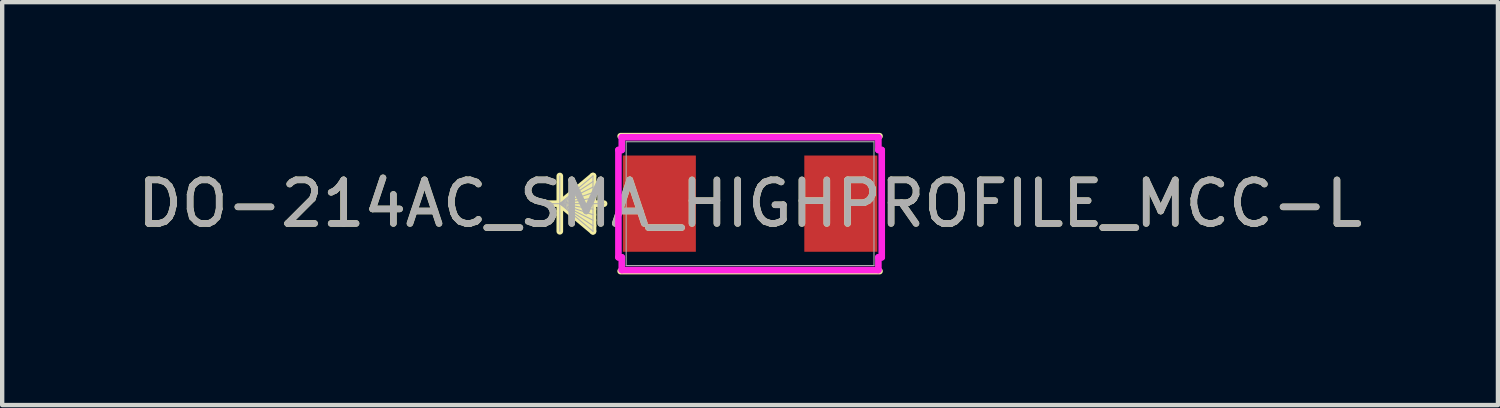
<source format=kicad_pcb>
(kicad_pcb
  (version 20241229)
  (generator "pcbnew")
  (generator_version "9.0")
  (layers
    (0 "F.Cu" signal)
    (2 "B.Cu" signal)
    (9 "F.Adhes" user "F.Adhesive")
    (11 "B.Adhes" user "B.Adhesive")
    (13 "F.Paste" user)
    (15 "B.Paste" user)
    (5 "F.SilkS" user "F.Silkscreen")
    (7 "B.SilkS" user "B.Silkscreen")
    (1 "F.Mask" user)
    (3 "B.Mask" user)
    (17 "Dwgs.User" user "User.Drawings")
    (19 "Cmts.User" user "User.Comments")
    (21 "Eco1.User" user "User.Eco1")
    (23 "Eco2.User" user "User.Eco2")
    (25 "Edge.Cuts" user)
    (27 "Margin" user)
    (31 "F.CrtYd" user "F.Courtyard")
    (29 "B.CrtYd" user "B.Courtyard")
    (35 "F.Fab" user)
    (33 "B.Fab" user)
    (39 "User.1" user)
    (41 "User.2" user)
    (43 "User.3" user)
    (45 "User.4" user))
  (footprint "DO-214AC_SMA_HIGHPROFILE_MCC-L"
    (layer "F.Cu")
    (at 14.173 1.626)
    (property "Reference" "DO-214AC_SMA_HIGHPROFILE_MCC-L" (at 0 0 0) (unlocked yes) (layer "F.SilkS") (effects (font (size 1 1) (thickness 0.15))))
    (attr smd)
    (fp_line (start -4.369 -0.635) (end -4.369 0.635) (stroke (width 0.152) (type solid)) (layer "F.SilkS"))
    (fp_line (start -4.369 0) (end -3.607 -0.635) (stroke (width 0.152) (type solid)) (layer "F.SilkS"))
    (fp_line (start -4.369 0) (end -3.607 -0.508) (stroke (width 0.152) (type solid)) (layer "F.SilkS"))
    (fp_line (start -4.369 0) (end -3.607 -0.381) (stroke (width 0.152) (type solid)) (layer "F.SilkS"))
    (fp_line (start -4.369 0) (end -3.607 -0.254) (stroke (width 0.152) (type solid)) (layer "F.SilkS"))
    (fp_line (start -4.369 0) (end -3.607 -0.127) (stroke (width 0.152) (type solid)) (layer "F.SilkS"))
    (fp_line (start -4.369 0) (end -3.607 0.127) (stroke (width 0.152) (type solid)) (layer "F.SilkS"))
    (fp_line (start -4.369 0) (end -3.607 0.254) (stroke (width 0.152) (type solid)) (layer "F.SilkS"))
    (fp_line (start -4.369 0) (end -3.607 0.381) (stroke (width 0.152) (type solid)) (layer "F.SilkS"))
    (fp_line (start -4.369 0) (end -3.607 0.508) (stroke (width 0.152) (type solid)) (layer "F.SilkS"))
    (fp_line (start -4.369 0) (end -3.607 0.635) (stroke (width 0.152) (type solid)) (layer "F.SilkS"))
    (fp_line (start -3.607 -0.635) (end -3.607 0.635) (stroke (width 0.152) (type solid)) (layer "F.SilkS"))
    (fp_line (start -3.353 0) (end -4.623 0) (stroke (width 0.152) (type solid)) (layer "F.SilkS"))
    (fp_line (start -2.972 1.549) (end 2.972 1.549) (stroke (width 0.152) (type solid)) (layer "F.SilkS"))
    (fp_line (start 2.972 -1.549) (end -2.972 -1.549) (stroke (width 0.152) (type solid)) (layer "F.SilkS"))
    (fp_line (start -3.023 -1.232) (end -2.946 -1.232) (stroke (width 0.152) (type solid)) (layer "F.CrtYd"))
    (fp_line (start -3.023 1.232) (end -3.023 -1.232) (stroke (width 0.152) (type solid)) (layer "F.CrtYd"))
    (fp_line (start -2.946 -1.524) (end 2.946 -1.524) (stroke (width 0.152) (type solid)) (layer "F.CrtYd"))
    (fp_line (start -2.946 -1.232) (end -2.946 -1.524) (stroke (width 0.152) (type solid)) (layer "F.CrtYd"))
    (fp_line (start -2.946 1.232) (end -3.023 1.232) (stroke (width 0.152) (type solid)) (layer "F.CrtYd"))
    (fp_line (start -2.946 1.524) (end -2.946 1.232) (stroke (width 0.152) (type solid)) (layer "F.CrtYd"))
    (fp_line (start 2.946 -1.524) (end 2.946 -1.232) (stroke (width 0.152) (type solid)) (layer "F.CrtYd"))
    (fp_line (start 2.946 -1.232) (end 3.023 -1.232) (stroke (width 0.152) (type solid)) (layer "F.CrtYd"))
    (fp_line (start 2.946 1.232) (end 2.946 1.524) (stroke (width 0.152) (type solid)) (layer "F.CrtYd"))
    (fp_line (start 2.946 1.524) (end -2.946 1.524) (stroke (width 0.152) (type solid)) (layer "F.CrtYd"))
    (fp_line (start 3.023 -1.232) (end 3.023 1.232) (stroke (width 0.152) (type solid)) (layer "F.CrtYd"))
    (fp_line (start 3.023 1.232) (end 2.946 1.232) (stroke (width 0.152) (type solid)) (layer "F.CrtYd"))
    (fp_line (start -4.369 -0.635) (end -4.369 0.635) (stroke (width 0.025) (type solid)) (layer "F.Fab"))
    (fp_line (start -4.369 0) (end -3.607 -0.635) (stroke (width 0.025) (type solid)) (layer "F.Fab"))
    (fp_line (start -4.369 0) (end -3.607 -0.508) (stroke (width 0.025) (type solid)) (layer "F.Fab"))
    (fp_line (start -4.369 0) (end -3.607 -0.381) (stroke (width 0.025) (type solid)) (layer "F.Fab"))
    (fp_line (start -4.369 0) (end -3.607 -0.254) (stroke (width 0.025) (type solid)) (layer "F.Fab"))
    (fp_line (start -4.369 0) (end -3.607 -0.127) (stroke (width 0.025) (type solid)) (layer "F.Fab"))
    (fp_line (start -4.369 0) (end -3.607 0.127) (stroke (width 0.025) (type solid)) (layer "F.Fab"))
    (fp_line (start -4.369 0) (end -3.607 0.254) (stroke (width 0.025) (type solid)) (layer "F.Fab"))
    (fp_line (start -4.369 0) (end -3.607 0.381) (stroke (width 0.025) (type solid)) (layer "F.Fab"))
    (fp_line (start -4.369 0) (end -3.607 0.508) (stroke (width 0.025) (type solid)) (layer "F.Fab"))
    (fp_line (start -4.369 0) (end -3.607 0.635) (stroke (width 0.025) (type solid)) (layer "F.Fab"))
    (fp_line (start -3.607 -0.635) (end -3.607 0.635) (stroke (width 0.025) (type solid)) (layer "F.Fab"))
    (fp_line (start -3.353 0) (end -4.623 0) (stroke (width 0.025) (type solid)) (layer "F.Fab"))
    (fp_line (start -2.845 -1.422) (end -2.845 1.422) (stroke (width 0.025) (type solid)) (layer "F.Fab"))
    (fp_line (start -2.845 1.422) (end 2.845 1.422) (stroke (width 0.025) (type solid)) (layer "F.Fab"))
    (fp_line (start 2.845 -1.422) (end -2.845 -1.422) (stroke (width 0.025) (type solid)) (layer "F.Fab"))
    (fp_line (start 2.845 1.422) (end 2.845 -1.422) (stroke (width 0.025) (type solid)) (layer "F.Fab"))
    (fp_text user "${REFERENCE}" (at 0 0 0) (unlocked yes) (layer "F.Fab") (effects (font (size 1 1) (thickness 0.15))))
    (pad "1" smd rect (at -2.083 0 90) (size 2.21 1.676) (layers "F.Cu" "F.Mask" "F.Paste"))
    (pad "2" smd rect (at 2.083 0 90) (size 2.21 1.676) (layers "F.Cu" "F.Mask" "F.Paste"))
    (zone (net_name "") (layer "F.Cu") (hatch full 0.508) (connect_pads) (min_thickness 0.254) (filled_areas_thickness no) (keepout (tracks not_allowed) (vias not_allowed) (pads allowed) (copperpour not_allowed) (footprints allowed)) (placement (enabled no)) (fill) (polygon (pts (xy 11.379 0.254) (xy 16.967 0.254) (xy 16.967 0.445) (xy 11.379 0.445))))
    (zone (net_name "") (layer "F.Cu") (hatch full 0.508) (connect_pads) (min_thickness 0.254) (filled_areas_thickness no) (keepout (tracks not_allowed) (vias not_allowed) (pads allowed) (copperpour not_allowed) (footprints allowed)) (placement (enabled no)) (fill) (polygon (pts (xy 11.379 2.807) (xy 16.967 2.807) (xy 16.967 2.997) (xy 11.379 2.997))))
    (zone (net_name "") (layer "F.Cu") (hatch full 0.508) (connect_pads) (min_thickness 0.254) (filled_areas_thickness no) (keepout (tracks not_allowed) (vias not_allowed) (pads allowed) (copperpour not_allowed) (footprints allowed)) (placement (enabled no)) (fill) (polygon (pts (xy 12.979 0.445) (xy 15.366 0.445) (xy 15.366 2.807) (xy 12.979 2.807)))))
  (gr_rect
    (start -3 -3)
    (end 31.345 6.251)
    (stroke (width 0.1) (type default))
    (fill no)
    (layer "Edge.Cuts")))
</source>
